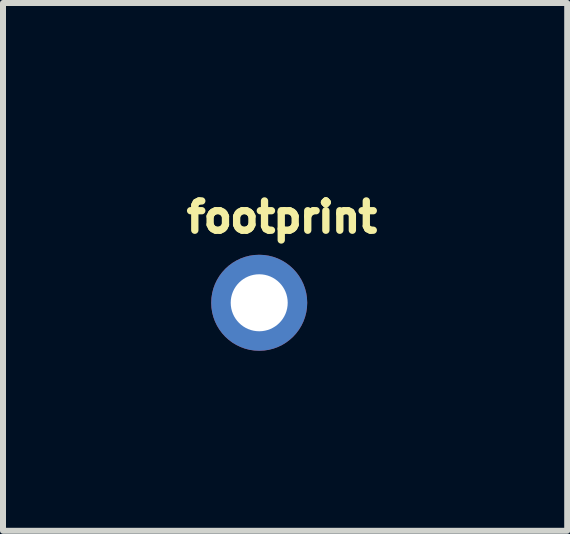
<source format=kicad_pcb>
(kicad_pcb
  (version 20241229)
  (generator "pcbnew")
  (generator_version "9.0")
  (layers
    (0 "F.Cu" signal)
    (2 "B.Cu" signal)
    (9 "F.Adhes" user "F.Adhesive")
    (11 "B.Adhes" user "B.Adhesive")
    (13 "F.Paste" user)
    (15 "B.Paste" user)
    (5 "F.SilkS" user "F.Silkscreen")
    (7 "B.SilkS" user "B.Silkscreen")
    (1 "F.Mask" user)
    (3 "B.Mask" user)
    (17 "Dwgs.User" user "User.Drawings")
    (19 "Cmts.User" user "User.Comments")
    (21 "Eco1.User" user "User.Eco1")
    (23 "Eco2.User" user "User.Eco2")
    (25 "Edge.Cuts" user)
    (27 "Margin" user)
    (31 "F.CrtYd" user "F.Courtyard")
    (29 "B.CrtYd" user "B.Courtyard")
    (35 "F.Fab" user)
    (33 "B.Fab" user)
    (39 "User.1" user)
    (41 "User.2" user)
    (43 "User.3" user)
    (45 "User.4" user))
  (footprint "footprint"
    (layer "F.Cu")
    (at 1.27 1.996)
    (property "Reference" "footprint" (at -1.27 -1.143 0) (layer "F.SilkS") (effects (font (size 0.488 0.488) (thickness 0.122)) (justify left bottom)))
    (fp_poly (pts (xy -0.254 0.254) (xy 0.254 0.254) (xy 0.254 -0.254) (xy -0.254 -0.254)) (stroke (width 0.1) (type solid)) (fill no) (layer "F.Fab"))
    (pad "1" thru_hole circle (at 0 0 90) (size 1.6 1.6) (drill 0.95) (layers "*.Cu" "*.Mask")))
  (gr_rect
    (start -3 -3)
    (end 6.403 5.796)
    (stroke (width 0.1) (type default))
    (fill no)
    (layer "Edge.Cuts")))
</source>
